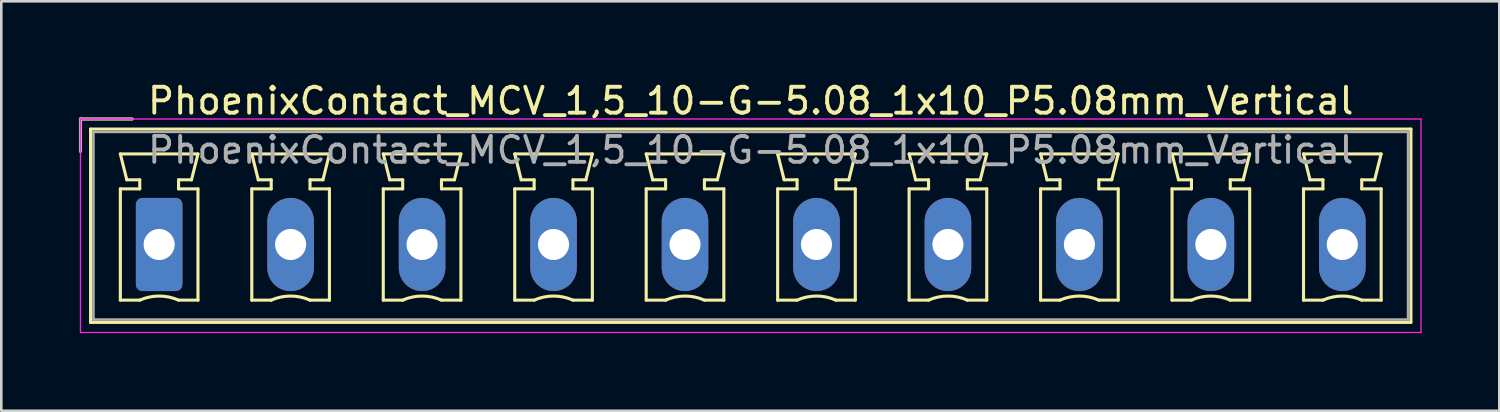
<source format=kicad_pcb>
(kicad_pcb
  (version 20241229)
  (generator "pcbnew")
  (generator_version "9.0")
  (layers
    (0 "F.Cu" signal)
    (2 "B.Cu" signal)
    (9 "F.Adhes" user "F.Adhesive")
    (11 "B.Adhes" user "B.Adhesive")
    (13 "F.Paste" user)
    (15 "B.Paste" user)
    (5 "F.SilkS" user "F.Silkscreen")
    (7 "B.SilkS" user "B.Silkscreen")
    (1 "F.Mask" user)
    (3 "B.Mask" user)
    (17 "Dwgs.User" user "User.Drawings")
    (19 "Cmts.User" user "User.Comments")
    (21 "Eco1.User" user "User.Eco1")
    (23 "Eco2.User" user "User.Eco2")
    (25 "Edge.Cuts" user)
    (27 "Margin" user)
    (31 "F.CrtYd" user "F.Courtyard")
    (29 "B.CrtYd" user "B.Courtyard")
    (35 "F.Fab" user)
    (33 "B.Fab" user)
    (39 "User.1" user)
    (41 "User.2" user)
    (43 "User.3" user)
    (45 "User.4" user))
  (footprint "PhoenixContact_MCV_1,5_10-G-5.08_1x10_P5.08mm_Vertical"
    (layer "F.Cu")
    (at 3.1 6.398)
    (property "Reference" "PhoenixContact_MCV_1,5_10-G-5.08_1x10_P5.08mm_Vertical" (at 22.86 -5.55 0) (layer "F.SilkS") (effects (font (size 1 1) (thickness 0.15))))
    (attr through_hole)
    (fp_line (start -3.04 -4.85) (end -1.04 -4.85) (stroke (width 0.12) (type solid)) (layer "F.SilkS"))
    (fp_line (start -3.04 -3.6) (end -3.04 -4.85) (stroke (width 0.12) (type solid)) (layer "F.SilkS"))
    (fp_line (start -2.65 -4.46) (end -2.65 3.01) (stroke (width 0.12) (type solid)) (layer "F.SilkS"))
    (fp_line (start -2.65 3.01) (end 48.37 3.01) (stroke (width 0.12) (type solid)) (layer "F.SilkS"))
    (fp_line (start -1.5 -3.5) (end 1.5 -3.5) (stroke (width 0.12) (type solid)) (layer "F.SilkS"))
    (fp_line (start -1.5 -2.15) (end -0.75 -2.15) (stroke (width 0.12) (type solid)) (layer "F.SilkS"))
    (fp_line (start -1.5 2.15) (end -1.5 -2.15) (stroke (width 0.12) (type solid)) (layer "F.SilkS"))
    (fp_line (start -1.25 -2.5) (end -1.5 -3.5) (stroke (width 0.12) (type solid)) (layer "F.SilkS"))
    (fp_line (start -0.75 -2.5) (end -1.25 -2.5) (stroke (width 0.12) (type solid)) (layer "F.SilkS"))
    (fp_line (start -0.75 -2.15) (end -0.75 -2.5) (stroke (width 0.12) (type solid)) (layer "F.SilkS"))
    (fp_line (start -0.75 2.15) (end -1.5 2.15) (stroke (width 0.12) (type solid)) (layer "F.SilkS"))
    (fp_line (start 0.75 -2.5) (end 0.75 -2.15) (stroke (width 0.12) (type solid)) (layer "F.SilkS"))
    (fp_line (start 0.75 -2.15) (end 1.5 -2.15) (stroke (width 0.12) (type solid)) (layer "F.SilkS"))
    (fp_line (start 1.25 -2.5) (end 0.75 -2.5) (stroke (width 0.12) (type solid)) (layer "F.SilkS"))
    (fp_line (start 1.5 -3.5) (end 1.25 -2.5) (stroke (width 0.12) (type solid)) (layer "F.SilkS"))
    (fp_line (start 1.5 -2.15) (end 1.5 2.15) (stroke (width 0.12) (type solid)) (layer "F.SilkS"))
    (fp_line (start 1.5 2.15) (end 0.75 2.15) (stroke (width 0.12) (type solid)) (layer "F.SilkS"))
    (fp_line (start 3.58 -3.5) (end 6.58 -3.5) (stroke (width 0.12) (type solid)) (layer "F.SilkS"))
    (fp_line (start 3.58 -2.15) (end 4.33 -2.15) (stroke (width 0.12) (type solid)) (layer "F.SilkS"))
    (fp_line (start 3.58 2.15) (end 3.58 -2.15) (stroke (width 0.12) (type solid)) (layer "F.SilkS"))
    (fp_line (start 3.83 -2.5) (end 3.58 -3.5) (stroke (width 0.12) (type solid)) (layer "F.SilkS"))
    (fp_line (start 4.33 -2.5) (end 3.83 -2.5) (stroke (width 0.12) (type solid)) (layer "F.SilkS"))
    (fp_line (start 4.33 -2.15) (end 4.33 -2.5) (stroke (width 0.12) (type solid)) (layer "F.SilkS"))
    (fp_line (start 4.33 2.15) (end 3.58 2.15) (stroke (width 0.12) (type solid)) (layer "F.SilkS"))
    (fp_line (start 5.83 -2.5) (end 5.83 -2.15) (stroke (width 0.12) (type solid)) (layer "F.SilkS"))
    (fp_line (start 5.83 -2.15) (end 6.58 -2.15) (stroke (width 0.12) (type solid)) (layer "F.SilkS"))
    (fp_line (start 6.33 -2.5) (end 5.83 -2.5) (stroke (width 0.12) (type solid)) (layer "F.SilkS"))
    (fp_line (start 6.58 -3.5) (end 6.33 -2.5) (stroke (width 0.12) (type solid)) (layer "F.SilkS"))
    (fp_line (start 6.58 -2.15) (end 6.58 2.15) (stroke (width 0.12) (type solid)) (layer "F.SilkS"))
    (fp_line (start 6.58 2.15) (end 5.83 2.15) (stroke (width 0.12) (type solid)) (layer "F.SilkS"))
    (fp_line (start 8.66 -3.5) (end 11.66 -3.5) (stroke (width 0.12) (type solid)) (layer "F.SilkS"))
    (fp_line (start 8.66 -2.15) (end 9.41 -2.15) (stroke (width 0.12) (type solid)) (layer "F.SilkS"))
    (fp_line (start 8.66 2.15) (end 8.66 -2.15) (stroke (width 0.12) (type solid)) (layer "F.SilkS"))
    (fp_line (start 8.91 -2.5) (end 8.66 -3.5) (stroke (width 0.12) (type solid)) (layer "F.SilkS"))
    (fp_line (start 9.41 -2.5) (end 8.91 -2.5) (stroke (width 0.12) (type solid)) (layer "F.SilkS"))
    (fp_line (start 9.41 -2.15) (end 9.41 -2.5) (stroke (width 0.12) (type solid)) (layer "F.SilkS"))
    (fp_line (start 9.41 2.15) (end 8.66 2.15) (stroke (width 0.12) (type solid)) (layer "F.SilkS"))
    (fp_line (start 10.91 -2.5) (end 10.91 -2.15) (stroke (width 0.12) (type solid)) (layer "F.SilkS"))
    (fp_line (start 10.91 -2.15) (end 11.66 -2.15) (stroke (width 0.12) (type solid)) (layer "F.SilkS"))
    (fp_line (start 11.41 -2.5) (end 10.91 -2.5) (stroke (width 0.12) (type solid)) (layer "F.SilkS"))
    (fp_line (start 11.66 -3.5) (end 11.41 -2.5) (stroke (width 0.12) (type solid)) (layer "F.SilkS"))
    (fp_line (start 11.66 -2.15) (end 11.66 2.15) (stroke (width 0.12) (type solid)) (layer "F.SilkS"))
    (fp_line (start 11.66 2.15) (end 10.91 2.15) (stroke (width 0.12) (type solid)) (layer "F.SilkS"))
    (fp_line (start 13.74 -3.5) (end 16.74 -3.5) (stroke (width 0.12) (type solid)) (layer "F.SilkS"))
    (fp_line (start 13.74 -2.15) (end 14.49 -2.15) (stroke (width 0.12) (type solid)) (layer "F.SilkS"))
    (fp_line (start 13.74 2.15) (end 13.74 -2.15) (stroke (width 0.12) (type solid)) (layer "F.SilkS"))
    (fp_line (start 13.99 -2.5) (end 13.74 -3.5) (stroke (width 0.12) (type solid)) (layer "F.SilkS"))
    (fp_line (start 14.49 -2.5) (end 13.99 -2.5) (stroke (width 0.12) (type solid)) (layer "F.SilkS"))
    (fp_line (start 14.49 -2.15) (end 14.49 -2.5) (stroke (width 0.12) (type solid)) (layer "F.SilkS"))
    (fp_line (start 14.49 2.15) (end 13.74 2.15) (stroke (width 0.12) (type solid)) (layer "F.SilkS"))
    (fp_line (start 15.99 -2.5) (end 15.99 -2.15) (stroke (width 0.12) (type solid)) (layer "F.SilkS"))
    (fp_line (start 15.99 -2.15) (end 16.74 -2.15) (stroke (width 0.12) (type solid)) (layer "F.SilkS"))
    (fp_line (start 16.49 -2.5) (end 15.99 -2.5) (stroke (width 0.12) (type solid)) (layer "F.SilkS"))
    (fp_line (start 16.74 -3.5) (end 16.49 -2.5) (stroke (width 0.12) (type solid)) (layer "F.SilkS"))
    (fp_line (start 16.74 -2.15) (end 16.74 2.15) (stroke (width 0.12) (type solid)) (layer "F.SilkS"))
    (fp_line (start 16.74 2.15) (end 15.99 2.15) (stroke (width 0.12) (type solid)) (layer "F.SilkS"))
    (fp_line (start 18.82 -3.5) (end 21.82 -3.5) (stroke (width 0.12) (type solid)) (layer "F.SilkS"))
    (fp_line (start 18.82 -2.15) (end 19.57 -2.15) (stroke (width 0.12) (type solid)) (layer "F.SilkS"))
    (fp_line (start 18.82 2.15) (end 18.82 -2.15) (stroke (width 0.12) (type solid)) (layer "F.SilkS"))
    (fp_line (start 19.07 -2.5) (end 18.82 -3.5) (stroke (width 0.12) (type solid)) (layer "F.SilkS"))
    (fp_line (start 19.57 -2.5) (end 19.07 -2.5) (stroke (width 0.12) (type solid)) (layer "F.SilkS"))
    (fp_line (start 19.57 -2.15) (end 19.57 -2.5) (stroke (width 0.12) (type solid)) (layer "F.SilkS"))
    (fp_line (start 19.57 2.15) (end 18.82 2.15) (stroke (width 0.12) (type solid)) (layer "F.SilkS"))
    (fp_line (start 21.07 -2.5) (end 21.07 -2.15) (stroke (width 0.12) (type solid)) (layer "F.SilkS"))
    (fp_line (start 21.07 -2.15) (end 21.82 -2.15) (stroke (width 0.12) (type solid)) (layer "F.SilkS"))
    (fp_line (start 21.57 -2.5) (end 21.07 -2.5) (stroke (width 0.12) (type solid)) (layer "F.SilkS"))
    (fp_line (start 21.82 -3.5) (end 21.57 -2.5) (stroke (width 0.12) (type solid)) (layer "F.SilkS"))
    (fp_line (start 21.82 -2.15) (end 21.82 2.15) (stroke (width 0.12) (type solid)) (layer "F.SilkS"))
    (fp_line (start 21.82 2.15) (end 21.07 2.15) (stroke (width 0.12) (type solid)) (layer "F.SilkS"))
    (fp_line (start 23.9 -3.5) (end 26.9 -3.5) (stroke (width 0.12) (type solid)) (layer "F.SilkS"))
    (fp_line (start 23.9 -2.15) (end 24.65 -2.15) (stroke (width 0.12) (type solid)) (layer "F.SilkS"))
    (fp_line (start 23.9 2.15) (end 23.9 -2.15) (stroke (width 0.12) (type solid)) (layer "F.SilkS"))
    (fp_line (start 24.15 -2.5) (end 23.9 -3.5) (stroke (width 0.12) (type solid)) (layer "F.SilkS"))
    (fp_line (start 24.65 -2.5) (end 24.15 -2.5) (stroke (width 0.12) (type solid)) (layer "F.SilkS"))
    (fp_line (start 24.65 -2.15) (end 24.65 -2.5) (stroke (width 0.12) (type solid)) (layer "F.SilkS"))
    (fp_line (start 24.65 2.15) (end 23.9 2.15) (stroke (width 0.12) (type solid)) (layer "F.SilkS"))
    (fp_line (start 26.15 -2.5) (end 26.15 -2.15) (stroke (width 0.12) (type solid)) (layer "F.SilkS"))
    (fp_line (start 26.15 -2.15) (end 26.9 -2.15) (stroke (width 0.12) (type solid)) (layer "F.SilkS"))
    (fp_line (start 26.65 -2.5) (end 26.15 -2.5) (stroke (width 0.12) (type solid)) (layer "F.SilkS"))
    (fp_line (start 26.9 -3.5) (end 26.65 -2.5) (stroke (width 0.12) (type solid)) (layer "F.SilkS"))
    (fp_line (start 26.9 -2.15) (end 26.9 2.15) (stroke (width 0.12) (type solid)) (layer "F.SilkS"))
    (fp_line (start 26.9 2.15) (end 26.15 2.15) (stroke (width 0.12) (type solid)) (layer "F.SilkS"))
    (fp_line (start 28.98 -3.5) (end 31.98 -3.5) (stroke (width 0.12) (type solid)) (layer "F.SilkS"))
    (fp_line (start 28.98 -2.15) (end 29.73 -2.15) (stroke (width 0.12) (type solid)) (layer "F.SilkS"))
    (fp_line (start 28.98 2.15) (end 28.98 -2.15) (stroke (width 0.12) (type solid)) (layer "F.SilkS"))
    (fp_line (start 29.23 -2.5) (end 28.98 -3.5) (stroke (width 0.12) (type solid)) (layer "F.SilkS"))
    (fp_line (start 29.73 -2.5) (end 29.23 -2.5) (stroke (width 0.12) (type solid)) (layer "F.SilkS"))
    (fp_line (start 29.73 -2.15) (end 29.73 -2.5) (stroke (width 0.12) (type solid)) (layer "F.SilkS"))
    (fp_line (start 29.73 2.15) (end 28.98 2.15) (stroke (width 0.12) (type solid)) (layer "F.SilkS"))
    (fp_line (start 31.23 -2.5) (end 31.23 -2.15) (stroke (width 0.12) (type solid)) (layer "F.SilkS"))
    (fp_line (start 31.23 -2.15) (end 31.98 -2.15) (stroke (width 0.12) (type solid)) (layer "F.SilkS"))
    (fp_line (start 31.73 -2.5) (end 31.23 -2.5) (stroke (width 0.12) (type solid)) (layer "F.SilkS"))
    (fp_line (start 31.98 -3.5) (end 31.73 -2.5) (stroke (width 0.12) (type solid)) (layer "F.SilkS"))
    (fp_line (start 31.98 -2.15) (end 31.98 2.15) (stroke (width 0.12) (type solid)) (layer "F.SilkS"))
    (fp_line (start 31.98 2.15) (end 31.23 2.15) (stroke (width 0.12) (type solid)) (layer "F.SilkS"))
    (fp_line (start 34.06 -3.5) (end 37.06 -3.5) (stroke (width 0.12) (type solid)) (layer "F.SilkS"))
    (fp_line (start 34.06 -2.15) (end 34.81 -2.15) (stroke (width 0.12) (type solid)) (layer "F.SilkS"))
    (fp_line (start 34.06 2.15) (end 34.06 -2.15) (stroke (width 0.12) (type solid)) (layer "F.SilkS"))
    (fp_line (start 34.31 -2.5) (end 34.06 -3.5) (stroke (width 0.12) (type solid)) (layer "F.SilkS"))
    (fp_line (start 34.81 -2.5) (end 34.31 -2.5) (stroke (width 0.12) (type solid)) (layer "F.SilkS"))
    (fp_line (start 34.81 -2.15) (end 34.81 -2.5) (stroke (width 0.12) (type solid)) (layer "F.SilkS"))
    (fp_line (start 34.81 2.15) (end 34.06 2.15) (stroke (width 0.12) (type solid)) (layer "F.SilkS"))
    (fp_line (start 36.31 -2.5) (end 36.31 -2.15) (stroke (width 0.12) (type solid)) (layer "F.SilkS"))
    (fp_line (start 36.31 -2.15) (end 37.06 -2.15) (stroke (width 0.12) (type solid)) (layer "F.SilkS"))
    (fp_line (start 36.81 -2.5) (end 36.31 -2.5) (stroke (width 0.12) (type solid)) (layer "F.SilkS"))
    (fp_line (start 37.06 -3.5) (end 36.81 -2.5) (stroke (width 0.12) (type solid)) (layer "F.SilkS"))
    (fp_line (start 37.06 -2.15) (end 37.06 2.15) (stroke (width 0.12) (type solid)) (layer "F.SilkS"))
    (fp_line (start 37.06 2.15) (end 36.31 2.15) (stroke (width 0.12) (type solid)) (layer "F.SilkS"))
    (fp_line (start 39.14 -3.5) (end 42.14 -3.5) (stroke (width 0.12) (type solid)) (layer "F.SilkS"))
    (fp_line (start 39.14 -2.15) (end 39.89 -2.15) (stroke (width 0.12) (type solid)) (layer "F.SilkS"))
    (fp_line (start 39.14 2.15) (end 39.14 -2.15) (stroke (width 0.12) (type solid)) (layer "F.SilkS"))
    (fp_line (start 39.39 -2.5) (end 39.14 -3.5) (stroke (width 0.12) (type solid)) (layer "F.SilkS"))
    (fp_line (start 39.89 -2.5) (end 39.39 -2.5) (stroke (width 0.12) (type solid)) (layer "F.SilkS"))
    (fp_line (start 39.89 -2.15) (end 39.89 -2.5) (stroke (width 0.12) (type solid)) (layer "F.SilkS"))
    (fp_line (start 39.89 2.15) (end 39.14 2.15) (stroke (width 0.12) (type solid)) (layer "F.SilkS"))
    (fp_line (start 41.39 -2.5) (end 41.39 -2.15) (stroke (width 0.12) (type solid)) (layer "F.SilkS"))
    (fp_line (start 41.39 -2.15) (end 42.14 -2.15) (stroke (width 0.12) (type solid)) (layer "F.SilkS"))
    (fp_line (start 41.89 -2.5) (end 41.39 -2.5) (stroke (width 0.12) (type solid)) (layer "F.SilkS"))
    (fp_line (start 42.14 -3.5) (end 41.89 -2.5) (stroke (width 0.12) (type solid)) (layer "F.SilkS"))
    (fp_line (start 42.14 -2.15) (end 42.14 2.15) (stroke (width 0.12) (type solid)) (layer "F.SilkS"))
    (fp_line (start 42.14 2.15) (end 41.39 2.15) (stroke (width 0.12) (type solid)) (layer "F.SilkS"))
    (fp_line (start 44.22 -3.5) (end 47.22 -3.5) (stroke (width 0.12) (type solid)) (layer "F.SilkS"))
    (fp_line (start 44.22 -2.15) (end 44.97 -2.15) (stroke (width 0.12) (type solid)) (layer "F.SilkS"))
    (fp_line (start 44.22 2.15) (end 44.22 -2.15) (stroke (width 0.12) (type solid)) (layer "F.SilkS"))
    (fp_line (start 44.47 -2.5) (end 44.22 -3.5) (stroke (width 0.12) (type solid)) (layer "F.SilkS"))
    (fp_line (start 44.97 -2.5) (end 44.47 -2.5) (stroke (width 0.12) (type solid)) (layer "F.SilkS"))
    (fp_line (start 44.97 -2.15) (end 44.97 -2.5) (stroke (width 0.12) (type solid)) (layer "F.SilkS"))
    (fp_line (start 44.97 2.15) (end 44.22 2.15) (stroke (width 0.12) (type solid)) (layer "F.SilkS"))
    (fp_line (start 46.47 -2.5) (end 46.47 -2.15) (stroke (width 0.12) (type solid)) (layer "F.SilkS"))
    (fp_line (start 46.47 -2.15) (end 47.22 -2.15) (stroke (width 0.12) (type solid)) (layer "F.SilkS"))
    (fp_line (start 46.97 -2.5) (end 46.47 -2.5) (stroke (width 0.12) (type solid)) (layer "F.SilkS"))
    (fp_line (start 47.22 -3.5) (end 46.97 -2.5) (stroke (width 0.12) (type solid)) (layer "F.SilkS"))
    (fp_line (start 47.22 -2.15) (end 47.22 2.15) (stroke (width 0.12) (type solid)) (layer "F.SilkS"))
    (fp_line (start 47.22 2.15) (end 46.47 2.15) (stroke (width 0.12) (type solid)) (layer "F.SilkS"))
    (fp_line (start 48.37 -4.46) (end -2.65 -4.46) (stroke (width 0.12) (type solid)) (layer "F.SilkS"))
    (fp_line (start 48.37 3.01) (end 48.37 -4.46) (stroke (width 0.12) (type solid)) (layer "F.SilkS"))
    (fp_arc (start -0.75 2.15) (mid -0.000193 1.99191) (end 0.749647 2.149844) (stroke (width 0.12) (type solid)) (layer "F.SilkS"))
    (fp_arc (start 4.33 2.15) (mid 5.079807 1.99191) (end 5.829647 2.149844) (stroke (width 0.12) (type solid)) (layer "F.SilkS"))
    (fp_arc (start 9.41 2.15) (mid 10.159807 1.99191) (end 10.909647 2.149844) (stroke (width 0.12) (type solid)) (layer "F.SilkS"))
    (fp_arc (start 14.49 2.15) (mid 15.239807 1.99191) (end 15.989647 2.149844) (stroke (width 0.12) (type solid)) (layer "F.SilkS"))
    (fp_arc (start 19.57 2.15) (mid 20.319807 1.99191) (end 21.069647 2.149844) (stroke (width 0.12) (type solid)) (layer "F.SilkS"))
    (fp_arc (start 24.65 2.15) (mid 25.399807 1.99191) (end 26.149647 2.149844) (stroke (width 0.12) (type solid)) (layer "F.SilkS"))
    (fp_arc (start 29.73 2.15) (mid 30.479807 1.99191) (end 31.229647 2.149844) (stroke (width 0.12) (type solid)) (layer "F.SilkS"))
    (fp_arc (start 34.81 2.15) (mid 35.559807 1.99191) (end 36.309647 2.149844) (stroke (width 0.12) (type solid)) (layer "F.SilkS"))
    (fp_arc (start 39.89 2.15) (mid 40.639807 1.99191) (end 41.389647 2.149844) (stroke (width 0.12) (type solid)) (layer "F.SilkS"))
    (fp_arc (start 44.97 2.15) (mid 45.719807 1.99191) (end 46.469647 2.149844) (stroke (width 0.12) (type solid)) (layer "F.SilkS"))
    (fp_line (start -3.04 -4.85) (end -3.04 3.4) (stroke (width 0.05) (type solid)) (layer "F.CrtYd"))
    (fp_line (start -3.04 3.4) (end 48.76 3.4) (stroke (width 0.05) (type solid)) (layer "F.CrtYd"))
    (fp_line (start 48.76 -4.85) (end -3.04 -4.85) (stroke (width 0.05) (type solid)) (layer "F.CrtYd"))
    (fp_line (start 48.76 3.4) (end 48.76 -4.85) (stroke (width 0.05) (type solid)) (layer "F.CrtYd"))
    (fp_line (start -3.04 -4.85) (end -1.04 -4.85) (stroke (width 0.1) (type solid)) (layer "F.Fab"))
    (fp_line (start -3.04 -3.6) (end -3.04 -4.85) (stroke (width 0.1) (type solid)) (layer "F.Fab"))
    (fp_line (start -2.54 -4.35) (end -2.54 2.9) (stroke (width 0.1) (type solid)) (layer "F.Fab"))
    (fp_line (start -2.54 2.9) (end 48.26 2.9) (stroke (width 0.1) (type solid)) (layer "F.Fab"))
    (fp_line (start 48.26 -4.35) (end -2.54 -4.35) (stroke (width 0.1) (type solid)) (layer "F.Fab"))
    (fp_line (start 48.26 2.9) (end 48.26 -4.35) (stroke (width 0.1) (type solid)) (layer "F.Fab"))
    (fp_text user "${REFERENCE}" (at 22.86 -3.65 0) (layer "F.Fab") (effects (font (size 1 1) (thickness 0.15))))
    (pad "1" thru_hole roundrect (at 0 0) (size 1.8 3.6) (drill 1.2) (layers "*.Cu" "*.Mask") (roundrect_rratio 0.139))
    (pad "2" thru_hole oval (at 5.08 0) (size 1.8 3.6) (drill 1.2) (layers "*.Cu" "*.Mask"))
    (pad "3" thru_hole oval (at 10.16 0) (size 1.8 3.6) (drill 1.2) (layers "*.Cu" "*.Mask"))
    (pad "4" thru_hole oval (at 15.24 0) (size 1.8 3.6) (drill 1.2) (layers "*.Cu" "*.Mask"))
    (pad "5" thru_hole oval (at 20.32 0) (size 1.8 3.6) (drill 1.2) (layers "*.Cu" "*.Mask"))
    (pad "6" thru_hole oval (at 25.4 0) (size 1.8 3.6) (drill 1.2) (layers "*.Cu" "*.Mask"))
    (pad "7" thru_hole oval (at 30.48 0) (size 1.8 3.6) (drill 1.2) (layers "*.Cu" "*.Mask"))
    (pad "8" thru_hole oval (at 35.56 0) (size 1.8 3.6) (drill 1.2) (layers "*.Cu" "*.Mask"))
    (pad "9" thru_hole oval (at 40.64 0) (size 1.8 3.6) (drill 1.2) (layers "*.Cu" "*.Mask"))
    (pad "10" thru_hole oval (at 45.72 0) (size 1.8 3.6) (drill 1.2) (layers "*.Cu" "*.Mask")))
  (gr_rect
    (start -3 -3)
    (end 54.885 12.823)
    (stroke (width 0.1) (type default))
    (fill no)
    (layer "Edge.Cuts")))
</source>
